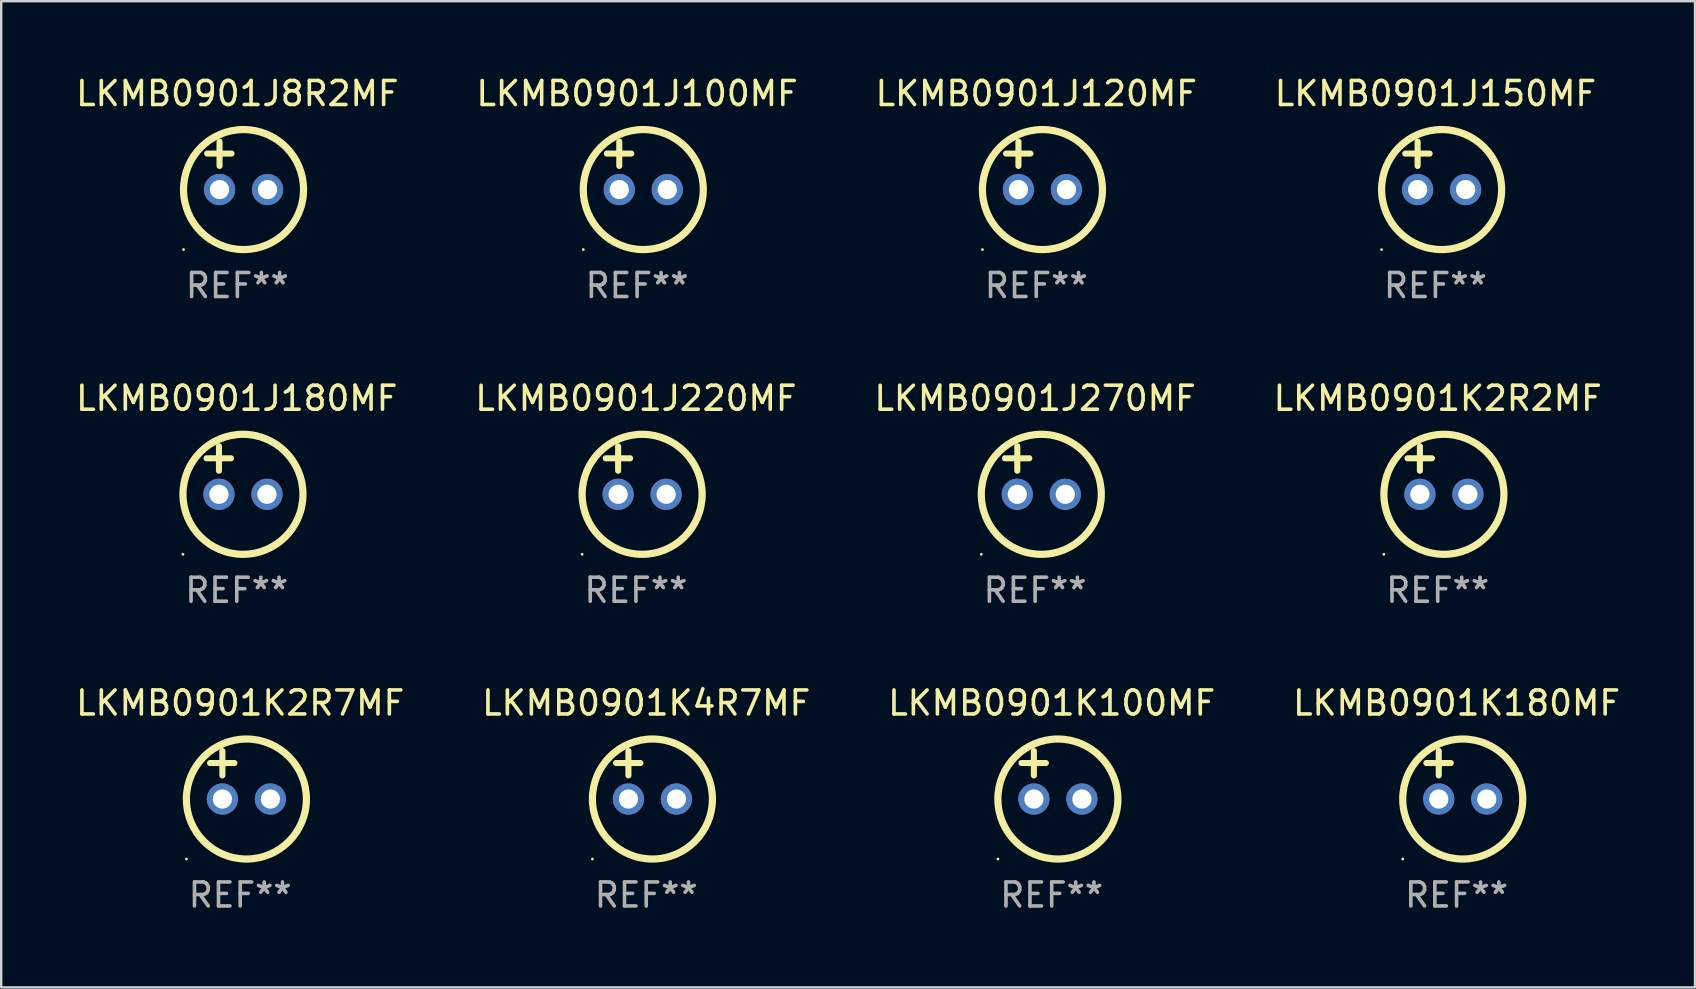
<source format=kicad_pcb>
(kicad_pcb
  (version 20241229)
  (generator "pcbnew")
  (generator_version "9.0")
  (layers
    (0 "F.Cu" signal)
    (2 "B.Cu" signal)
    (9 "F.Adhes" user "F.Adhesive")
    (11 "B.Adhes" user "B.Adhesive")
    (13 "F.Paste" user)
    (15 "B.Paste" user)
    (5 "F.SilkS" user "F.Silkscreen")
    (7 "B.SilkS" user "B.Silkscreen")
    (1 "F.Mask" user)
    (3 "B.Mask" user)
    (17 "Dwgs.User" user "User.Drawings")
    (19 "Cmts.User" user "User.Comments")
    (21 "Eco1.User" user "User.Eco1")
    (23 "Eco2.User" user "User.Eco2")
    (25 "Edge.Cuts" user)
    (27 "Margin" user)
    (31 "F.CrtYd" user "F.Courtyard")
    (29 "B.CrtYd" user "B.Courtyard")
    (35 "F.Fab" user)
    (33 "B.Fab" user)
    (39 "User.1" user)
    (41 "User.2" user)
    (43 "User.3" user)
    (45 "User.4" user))
  (footprint "LKMB0901J120MF"
    (layer "F.Cu")
    (at 40.125 3.848)
    (property "Reference" "LKMB0901J120MF" (at 0 -3 0) (layer "F.SilkS") (effects (font (size 1 1) (thickness 0.15))))
    (attr through_hole)
    (fp_line (start -1.258 -0.5) (end -0.242 -0.5) (stroke (width 0.254) (type solid)) (layer "F.SilkS"))
    (fp_line (start -0.742 -1) (end -0.742 0.016) (stroke (width 0.254) (type solid)) (layer "F.SilkS"))
    (fp_circle (center -2.242 3.5) (end -2.212 3.5) (stroke (width 0.06) (type solid)) (fill no) (layer "F.SilkS"))
    (fp_circle (center 0.258 1) (end 2.758 1) (stroke (width 0.3) (type solid)) (fill no) (layer "F.SilkS"))
    (fp_text user "REF**" (at 0 5 0) (layer "F.Fab") (effects (font (size 1 1) (thickness 0.15))))
    (pad "1" thru_hole circle (at -0.742 1) (size 1.3 1.3) (drill 0.8) (layers "*.Cu" "*.Mask"))
    (pad "2" thru_hole circle (at 1.258 1) (size 1.3 1.3) (drill 0.8) (layers "*.Cu" "*.Mask")))
  (footprint "LKMB0901K180MF"
    (layer "F.Cu")
    (at 57.637 29.241)
    (property "Reference" "LKMB0901K180MF" (at 0 -3 0) (layer "F.SilkS") (effects (font (size 1 1) (thickness 0.15))))
    (attr through_hole)
    (fp_line (start -1.258 -0.5) (end -0.242 -0.5) (stroke (width 0.254) (type solid)) (layer "F.SilkS"))
    (fp_line (start -0.742 -1) (end -0.742 0.016) (stroke (width 0.254) (type solid)) (layer "F.SilkS"))
    (fp_circle (center -2.242 3.5) (end -2.212 3.5) (stroke (width 0.06) (type solid)) (fill no) (layer "F.SilkS"))
    (fp_circle (center 0.258 1) (end 2.758 1) (stroke (width 0.3) (type solid)) (fill no) (layer "F.SilkS"))
    (fp_text user "REF**" (at 0 5 0) (layer "F.Fab") (effects (font (size 1 1) (thickness 0.15))))
    (pad "1" thru_hole circle (at -0.742 1) (size 1.3 1.3) (drill 0.8) (layers "*.Cu" "*.Mask"))
    (pad "2" thru_hole circle (at 1.258 1) (size 1.3 1.3) (drill 0.8) (layers "*.Cu" "*.Mask")))
  (footprint "LKMB0901J150MF"
    (layer "F.Cu")
    (at 56.756 3.848)
    (property "Reference" "LKMB0901J150MF" (at 0 -3 0) (layer "F.SilkS") (effects (font (size 1 1) (thickness 0.15))))
    (attr through_hole)
    (fp_line (start -1.258 -0.5) (end -0.242 -0.5) (stroke (width 0.254) (type solid)) (layer "F.SilkS"))
    (fp_line (start -0.742 -1) (end -0.742 0.016) (stroke (width 0.254) (type solid)) (layer "F.SilkS"))
    (fp_circle (center -2.242 3.5) (end -2.212 3.5) (stroke (width 0.06) (type solid)) (fill no) (layer "F.SilkS"))
    (fp_circle (center 0.258 1) (end 2.758 1) (stroke (width 0.3) (type solid)) (fill no) (layer "F.SilkS"))
    (fp_text user "REF**" (at 0 5 0) (layer "F.Fab") (effects (font (size 1 1) (thickness 0.15))))
    (pad "1" thru_hole circle (at -0.742 1) (size 1.3 1.3) (drill 0.8) (layers "*.Cu" "*.Mask"))
    (pad "2" thru_hole circle (at 1.258 1) (size 1.3 1.3) (drill 0.8) (layers "*.Cu" "*.Mask")))
  (footprint "LKMB0901K4R7MF"
    (layer "F.Cu")
    (at 23.875 29.241)
    (property "Reference" "LKMB0901K4R7MF" (at 0 -3 0) (layer "F.SilkS") (effects (font (size 1 1) (thickness 0.15))))
    (attr through_hole)
    (fp_line (start -1.258 -0.5) (end -0.242 -0.5) (stroke (width 0.254) (type solid)) (layer "F.SilkS"))
    (fp_line (start -0.742 -1) (end -0.742 0.016) (stroke (width 0.254) (type solid)) (layer "F.SilkS"))
    (fp_circle (center -2.242 3.5) (end -2.212 3.5) (stroke (width 0.06) (type solid)) (fill no) (layer "F.SilkS"))
    (fp_circle (center 0.258 1) (end 2.758 1) (stroke (width 0.3) (type solid)) (fill no) (layer "F.SilkS"))
    (fp_text user "REF**" (at 0 5 0) (layer "F.Fab") (effects (font (size 1 1) (thickness 0.15))))
    (pad "1" thru_hole circle (at -0.742 1) (size 1.3 1.3) (drill 0.8) (layers "*.Cu" "*.Mask"))
    (pad "2" thru_hole circle (at 1.258 1) (size 1.3 1.3) (drill 0.8) (layers "*.Cu" "*.Mask")))
  (footprint "LKMB0901K100MF"
    (layer "F.Cu")
    (at 40.768 29.241)
    (property "Reference" "LKMB0901K100MF" (at 0 -3 0) (layer "F.SilkS") (effects (font (size 1 1) (thickness 0.15))))
    (attr through_hole)
    (fp_line (start -1.258 -0.5) (end -0.242 -0.5) (stroke (width 0.254) (type solid)) (layer "F.SilkS"))
    (fp_line (start -0.742 -1) (end -0.742 0.016) (stroke (width 0.254) (type solid)) (layer "F.SilkS"))
    (fp_circle (center -2.242 3.5) (end -2.212 3.5) (stroke (width 0.06) (type solid)) (fill no) (layer "F.SilkS"))
    (fp_circle (center 0.258 1) (end 2.758 1) (stroke (width 0.3) (type solid)) (fill no) (layer "F.SilkS"))
    (fp_text user "REF**" (at 0 5 0) (layer "F.Fab") (effects (font (size 1 1) (thickness 0.15))))
    (pad "1" thru_hole circle (at -0.742 1) (size 1.3 1.3) (drill 0.8) (layers "*.Cu" "*.Mask"))
    (pad "2" thru_hole circle (at 1.258 1) (size 1.3 1.3) (drill 0.8) (layers "*.Cu" "*.Mask")))
  (footprint "LKMB0901J220MF"
    (layer "F.Cu")
    (at 23.446 16.545)
    (property "Reference" "LKMB0901J220MF" (at 0 -3 0) (layer "F.SilkS") (effects (font (size 1 1) (thickness 0.15))))
    (attr through_hole)
    (fp_line (start -1.258 -0.5) (end -0.242 -0.5) (stroke (width 0.254) (type solid)) (layer "F.SilkS"))
    (fp_line (start -0.742 -1) (end -0.742 0.016) (stroke (width 0.254) (type solid)) (layer "F.SilkS"))
    (fp_circle (center -2.242 3.5) (end -2.212 3.5) (stroke (width 0.06) (type solid)) (fill no) (layer "F.SilkS"))
    (fp_circle (center 0.258 1) (end 2.758 1) (stroke (width 0.3) (type solid)) (fill no) (layer "F.SilkS"))
    (fp_text user "REF**" (at 0 5 0) (layer "F.Fab") (effects (font (size 1 1) (thickness 0.15))))
    (pad "1" thru_hole circle (at -0.742 1) (size 1.3 1.3) (drill 0.8) (layers "*.Cu" "*.Mask"))
    (pad "2" thru_hole circle (at 1.258 1) (size 1.3 1.3) (drill 0.8) (layers "*.Cu" "*.Mask")))
  (footprint "LKMB0901K2R2MF"
    (layer "F.Cu")
    (at 56.851 16.545)
    (property "Reference" "LKMB0901K2R2MF" (at 0 -3 0) (layer "F.SilkS") (effects (font (size 1 1) (thickness 0.15))))
    (attr through_hole)
    (fp_line (start -1.258 -0.5) (end -0.242 -0.5) (stroke (width 0.254) (type solid)) (layer "F.SilkS"))
    (fp_line (start -0.742 -1) (end -0.742 0.016) (stroke (width 0.254) (type solid)) (layer "F.SilkS"))
    (fp_circle (center -2.242 3.5) (end -2.212 3.5) (stroke (width 0.06) (type solid)) (fill no) (layer "F.SilkS"))
    (fp_circle (center 0.258 1) (end 2.758 1) (stroke (width 0.3) (type solid)) (fill no) (layer "F.SilkS"))
    (fp_text user "REF**" (at 0 5 0) (layer "F.Fab") (effects (font (size 1 1) (thickness 0.15))))
    (pad "1" thru_hole circle (at -0.742 1) (size 1.3 1.3) (drill 0.8) (layers "*.Cu" "*.Mask"))
    (pad "2" thru_hole circle (at 1.258 1) (size 1.3 1.3) (drill 0.8) (layers "*.Cu" "*.Mask")))
  (footprint "LKMB0901J8R2MF"
    (layer "F.Cu")
    (at 6.839 3.848)
    (property "Reference" "LKMB0901J8R2MF" (at 0 -3 0) (layer "F.SilkS") (effects (font (size 1 1) (thickness 0.15))))
    (attr through_hole)
    (fp_line (start -1.258 -0.5) (end -0.242 -0.5) (stroke (width 0.254) (type solid)) (layer "F.SilkS"))
    (fp_line (start -0.742 -1) (end -0.742 0.016) (stroke (width 0.254) (type solid)) (layer "F.SilkS"))
    (fp_circle (center -2.242 3.5) (end -2.212 3.5) (stroke (width 0.06) (type solid)) (fill no) (layer "F.SilkS"))
    (fp_circle (center 0.258 1) (end 2.758 1) (stroke (width 0.3) (type solid)) (fill no) (layer "F.SilkS"))
    (fp_text user "REF**" (at 0 5 0) (layer "F.Fab") (effects (font (size 1 1) (thickness 0.15))))
    (pad "1" thru_hole circle (at -0.742 1) (size 1.3 1.3) (drill 0.8) (layers "*.Cu" "*.Mask"))
    (pad "2" thru_hole circle (at 1.258 1) (size 1.3 1.3) (drill 0.8) (layers "*.Cu" "*.Mask")))
  (footprint "LKMB0901J270MF"
    (layer "F.Cu")
    (at 40.077 16.545)
    (property "Reference" "LKMB0901J270MF" (at 0 -3 0) (layer "F.SilkS") (effects (font (size 1 1) (thickness 0.15))))
    (attr through_hole)
    (fp_line (start -1.258 -0.5) (end -0.242 -0.5) (stroke (width 0.254) (type solid)) (layer "F.SilkS"))
    (fp_line (start -0.742 -1) (end -0.742 0.016) (stroke (width 0.254) (type solid)) (layer "F.SilkS"))
    (fp_circle (center -2.242 3.5) (end -2.212 3.5) (stroke (width 0.06) (type solid)) (fill no) (layer "F.SilkS"))
    (fp_circle (center 0.258 1) (end 2.758 1) (stroke (width 0.3) (type solid)) (fill no) (layer "F.SilkS"))
    (fp_text user "REF**" (at 0 5 0) (layer "F.Fab") (effects (font (size 1 1) (thickness 0.15))))
    (pad "1" thru_hole circle (at -0.742 1) (size 1.3 1.3) (drill 0.8) (layers "*.Cu" "*.Mask"))
    (pad "2" thru_hole circle (at 1.258 1) (size 1.3 1.3) (drill 0.8) (layers "*.Cu" "*.Mask")))
  (footprint "LKMB0901K2R7MF"
    (layer "F.Cu")
    (at 6.958 29.241)
    (property "Reference" "LKMB0901K2R7MF" (at 0 -3 0) (layer "F.SilkS") (effects (font (size 1 1) (thickness 0.15))))
    (attr through_hole)
    (fp_line (start -1.258 -0.5) (end -0.242 -0.5) (stroke (width 0.254) (type solid)) (layer "F.SilkS"))
    (fp_line (start -0.742 -1) (end -0.742 0.016) (stroke (width 0.254) (type solid)) (layer "F.SilkS"))
    (fp_circle (center -2.242 3.5) (end -2.212 3.5) (stroke (width 0.06) (type solid)) (fill no) (layer "F.SilkS"))
    (fp_circle (center 0.258 1) (end 2.758 1) (stroke (width 0.3) (type solid)) (fill no) (layer "F.SilkS"))
    (fp_text user "REF**" (at 0 5 0) (layer "F.Fab") (effects (font (size 1 1) (thickness 0.15))))
    (pad "1" thru_hole circle (at -0.742 1) (size 1.3 1.3) (drill 0.8) (layers "*.Cu" "*.Mask"))
    (pad "2" thru_hole circle (at 1.258 1) (size 1.3 1.3) (drill 0.8) (layers "*.Cu" "*.Mask")))
  (footprint "LKMB0901J100MF"
    (layer "F.Cu")
    (at 23.494 3.848)
    (property "Reference" "LKMB0901J100MF" (at 0 -3 0) (layer "F.SilkS") (effects (font (size 1 1) (thickness 0.15))))
    (attr through_hole)
    (fp_line (start -1.258 -0.5) (end -0.242 -0.5) (stroke (width 0.254) (type solid)) (layer "F.SilkS"))
    (fp_line (start -0.742 -1) (end -0.742 0.016) (stroke (width 0.254) (type solid)) (layer "F.SilkS"))
    (fp_circle (center -2.242 3.5) (end -2.212 3.5) (stroke (width 0.06) (type solid)) (fill no) (layer "F.SilkS"))
    (fp_circle (center 0.258 1) (end 2.758 1) (stroke (width 0.3) (type solid)) (fill no) (layer "F.SilkS"))
    (fp_text user "REF**" (at 0 5 0) (layer "F.Fab") (effects (font (size 1 1) (thickness 0.15))))
    (pad "1" thru_hole circle (at -0.742 1) (size 1.3 1.3) (drill 0.8) (layers "*.Cu" "*.Mask"))
    (pad "2" thru_hole circle (at 1.258 1) (size 1.3 1.3) (drill 0.8) (layers "*.Cu" "*.Mask")))
  (footprint "LKMB0901J180MF"
    (layer "F.Cu")
    (at 6.815 16.545)
    (property "Reference" "LKMB0901J180MF" (at 0 -3 0) (layer "F.SilkS") (effects (font (size 1 1) (thickness 0.15))))
    (attr through_hole)
    (fp_line (start -1.258 -0.5) (end -0.242 -0.5) (stroke (width 0.254) (type solid)) (layer "F.SilkS"))
    (fp_line (start -0.742 -1) (end -0.742 0.016) (stroke (width 0.254) (type solid)) (layer "F.SilkS"))
    (fp_circle (center -2.242 3.5) (end -2.212 3.5) (stroke (width 0.06) (type solid)) (fill no) (layer "F.SilkS"))
    (fp_circle (center 0.258 1) (end 2.758 1) (stroke (width 0.3) (type solid)) (fill no) (layer "F.SilkS"))
    (fp_text user "REF**" (at 0 5 0) (layer "F.Fab") (effects (font (size 1 1) (thickness 0.15))))
    (pad "1" thru_hole circle (at -0.742 1) (size 1.3 1.3) (drill 0.8) (layers "*.Cu" "*.Mask"))
    (pad "2" thru_hole circle (at 1.258 1) (size 1.3 1.3) (drill 0.8) (layers "*.Cu" "*.Mask")))
  (gr_rect
    (start -3 -3)
    (end 67.571 38.09)
    (stroke (width 0.1) (type default))
    (fill no)
    (layer "Edge.Cuts")))
</source>
